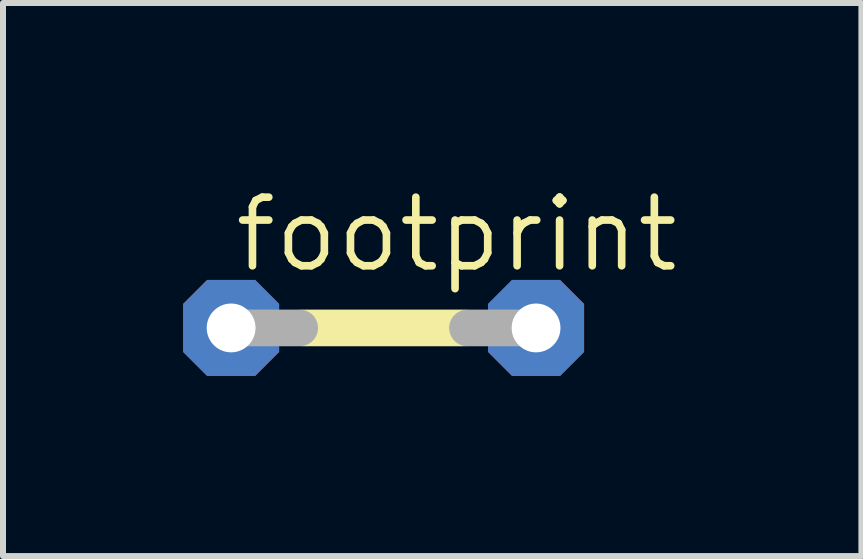
<source format=kicad_pcb>
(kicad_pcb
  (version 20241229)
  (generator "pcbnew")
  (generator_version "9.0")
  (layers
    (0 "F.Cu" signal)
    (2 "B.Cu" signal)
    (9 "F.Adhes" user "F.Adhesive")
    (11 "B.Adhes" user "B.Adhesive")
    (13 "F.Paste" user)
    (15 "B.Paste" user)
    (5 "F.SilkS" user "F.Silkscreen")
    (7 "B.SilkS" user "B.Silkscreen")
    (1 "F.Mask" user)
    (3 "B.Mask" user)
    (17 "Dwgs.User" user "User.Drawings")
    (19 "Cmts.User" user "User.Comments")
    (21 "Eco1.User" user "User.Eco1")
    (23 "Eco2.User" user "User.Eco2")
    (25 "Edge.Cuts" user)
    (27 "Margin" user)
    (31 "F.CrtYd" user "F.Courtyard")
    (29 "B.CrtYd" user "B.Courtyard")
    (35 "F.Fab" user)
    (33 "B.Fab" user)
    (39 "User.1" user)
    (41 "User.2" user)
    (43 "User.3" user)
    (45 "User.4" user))
  (footprint "footprint"
    (layer "F.Cu")
    (at 3.34 2.413)
    (property "Reference" "footprint" (at -2.54 -0.889 0) (layer "F.SilkS") (effects (font (size 1.143 1.143) (thickness 0.127)) (justify left bottom)))
    (fp_line (start -1.346 0) (end 1.346 0) (stroke (width 0.61) (type solid)) (layer "F.SilkS"))
    (fp_line (start -2.54 0) (end -1.397 0) (stroke (width 0.61) (type solid)) (layer "F.Fab"))
    (fp_line (start 2.54 0) (end 1.397 0) (stroke (width 0.61) (type solid)) (layer "F.Fab"))
    (pad "1" thru_hole roundrect (at -2.54 0) (size 1.6 1.6) (drill 0.813) (layers "*.Cu" "*.Mask") (roundrect_rratio 0.25) (chamfer_ratio 0.25) (chamfer top_left top_right bottom_left bottom_right))
    (pad "2" thru_hole roundrect (at 2.54 0) (size 1.6 1.6) (drill 0.813) (layers "*.Cu" "*.Mask") (roundrect_rratio 0.25) (chamfer_ratio 0.25) (chamfer top_left top_right bottom_left bottom_right)))
  (gr_rect
    (start -3 -3)
    (end 11.3 6.213)
    (stroke (width 0.1) (type default))
    (fill no)
    (layer "Edge.Cuts")))
</source>
